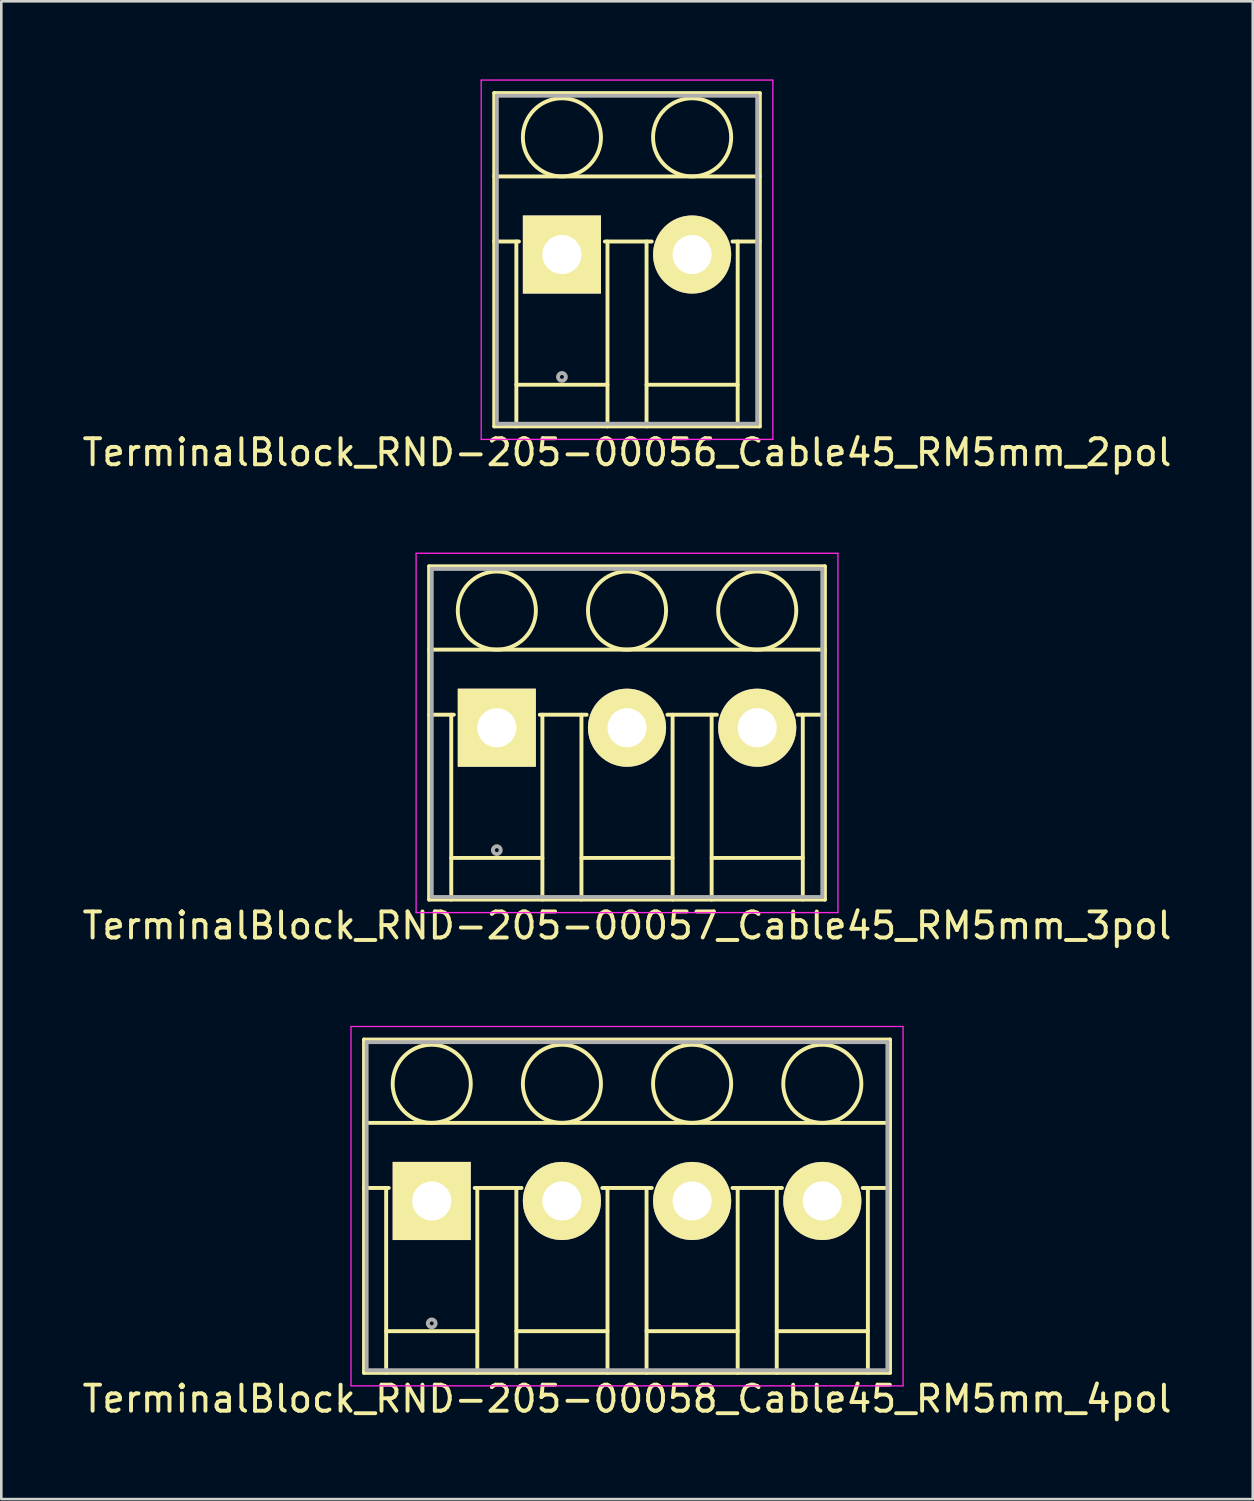
<source format=kicad_pcb>
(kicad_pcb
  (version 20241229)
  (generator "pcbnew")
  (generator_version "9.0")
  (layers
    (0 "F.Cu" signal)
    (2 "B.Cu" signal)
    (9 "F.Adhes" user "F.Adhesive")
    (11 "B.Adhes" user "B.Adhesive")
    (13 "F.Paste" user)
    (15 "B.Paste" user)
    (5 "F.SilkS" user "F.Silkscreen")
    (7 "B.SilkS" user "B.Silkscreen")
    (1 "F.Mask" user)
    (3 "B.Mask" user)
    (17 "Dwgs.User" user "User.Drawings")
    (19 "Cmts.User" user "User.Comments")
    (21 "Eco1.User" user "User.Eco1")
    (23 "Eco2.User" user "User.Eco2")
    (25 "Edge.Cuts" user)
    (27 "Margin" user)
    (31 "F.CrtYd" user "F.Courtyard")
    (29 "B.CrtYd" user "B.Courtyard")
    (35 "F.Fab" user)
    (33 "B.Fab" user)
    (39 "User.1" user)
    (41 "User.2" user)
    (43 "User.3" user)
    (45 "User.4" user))
  (footprint "TerminalBlock_RND-205-00058_Cable45_RM5mm_4pol"
    (layer "F.Cu")
    (at 13.53 43.072)
    (property "Reference" "TerminalBlock_RND-205-00058_Cable45_RM5mm_4pol" (at 7.5 7.6 0) (layer "F.SilkS") (effects (font (size 1 1) (thickness 0.15))))
    (attr through_hole)
    (fp_line (start -2.6 -6.2) (end 17.6 -6.2) (stroke (width 0.15) (type solid)) (layer "F.SilkS"))
    (fp_line (start -2.6 -3) (end 17.6 -3) (stroke (width 0.15) (type solid)) (layer "F.SilkS"))
    (fp_line (start -2.6 -0.5) (end -1.65 -0.5) (stroke (width 0.15) (type solid)) (layer "F.SilkS"))
    (fp_line (start -2.6 6.6) (end -2.6 -6.2) (stroke (width 0.15) (type solid)) (layer "F.SilkS"))
    (fp_line (start -1.75 -0.5) (end -1.75 6.6) (stroke (width 0.15) (type solid)) (layer "F.SilkS"))
    (fp_line (start -1.75 5) (end 1.75 5) (stroke (width 0.15) (type solid)) (layer "F.SilkS"))
    (fp_line (start 1.65 -0.5) (end 3.45 -0.5) (stroke (width 0.15) (type solid)) (layer "F.SilkS"))
    (fp_line (start 1.75 6.6) (end 1.75 -0.5) (stroke (width 0.15) (type solid)) (layer "F.SilkS"))
    (fp_line (start 3.25 -0.5) (end 3.25 6.6) (stroke (width 0.15) (type solid)) (layer "F.SilkS"))
    (fp_line (start 3.25 5) (end 6.75 5) (stroke (width 0.15) (type solid)) (layer "F.SilkS"))
    (fp_line (start 6.55 -0.5) (end 8.45 -0.5) (stroke (width 0.15) (type solid)) (layer "F.SilkS"))
    (fp_line (start 6.75 6.6) (end 6.75 -0.5) (stroke (width 0.15) (type solid)) (layer "F.SilkS"))
    (fp_line (start 8.25 -0.5) (end 8.25 6.6) (stroke (width 0.15) (type solid)) (layer "F.SilkS"))
    (fp_line (start 8.25 5) (end 11.75 5) (stroke (width 0.15) (type solid)) (layer "F.SilkS"))
    (fp_line (start 11.55 -0.5) (end 13.45 -0.5) (stroke (width 0.15) (type solid)) (layer "F.SilkS"))
    (fp_line (start 11.75 6.6) (end 11.75 -0.5) (stroke (width 0.15) (type solid)) (layer "F.SilkS"))
    (fp_line (start 13.25 -0.5) (end 13.25 6.6) (stroke (width 0.15) (type solid)) (layer "F.SilkS"))
    (fp_line (start 13.25 5) (end 16.75 5) (stroke (width 0.15) (type solid)) (layer "F.SilkS"))
    (fp_line (start 16.55 -0.5) (end 17.6 -0.5) (stroke (width 0.15) (type solid)) (layer "F.SilkS"))
    (fp_line (start 16.75 6.6) (end 16.75 -0.5) (stroke (width 0.15) (type solid)) (layer "F.SilkS"))
    (fp_line (start 17.6 -6.2) (end 17.6 6.6) (stroke (width 0.15) (type solid)) (layer "F.SilkS"))
    (fp_line (start 17.6 6.6) (end -2.6 6.6) (stroke (width 0.15) (type solid)) (layer "F.SilkS"))
    (fp_circle (center 0 -4.5) (end -1.5 -4.5) (stroke (width 0.15) (type solid)) (fill no) (layer "F.SilkS"))
    (fp_circle (center 5 -4.5) (end 3.5 -4.5) (stroke (width 0.15) (type solid)) (fill no) (layer "F.SilkS"))
    (fp_circle (center 10 -4.5) (end 8.5 -4.5) (stroke (width 0.15) (type solid)) (fill no) (layer "F.SilkS"))
    (fp_circle (center 15 -4.5) (end 13.5 -4.5) (stroke (width 0.15) (type solid)) (fill no) (layer "F.SilkS"))
    (fp_line (start -3.1 -6.7) (end 18.1 -6.7) (stroke (width 0.05) (type solid)) (layer "F.CrtYd"))
    (fp_line (start -3.1 7.1) (end -3.1 -6.7) (stroke (width 0.05) (type solid)) (layer "F.CrtYd"))
    (fp_line (start 18.1 -6.7) (end 18.1 7.1) (stroke (width 0.05) (type solid)) (layer "F.CrtYd"))
    (fp_line (start 18.1 7.1) (end -3.1 7.1) (stroke (width 0.05) (type solid)) (layer "F.CrtYd"))
    (fp_line (start -2.5 -6.1) (end 17.5 -6.1) (stroke (width 0.15) (type solid)) (layer "F.Fab"))
    (fp_line (start -2.5 6.5) (end -2.5 -6.1) (stroke (width 0.15) (type solid)) (layer "F.Fab"))
    (fp_line (start 17.5 -6.1) (end 17.5 6.5) (stroke (width 0.15) (type solid)) (layer "F.Fab"))
    (fp_line (start 17.5 6.5) (end -2.5 6.5) (stroke (width 0.15) (type solid)) (layer "F.Fab"))
    (fp_circle (center 0 4.7) (end -0.15 4.7) (stroke (width 0.15) (type solid)) (fill no) (layer "F.Fab"))
    (pad "1" thru_hole rect (at 0 0) (size 3 3) (drill 1.5) (layers "*.Cu" "*.Mask" "F.SilkS"))
    (pad "2" thru_hole circle (at 5 0) (size 3 3) (drill 1.5) (layers "*.Cu" "*.Mask" "F.SilkS"))
    (pad "3" thru_hole circle (at 10 0) (size 3 3) (drill 1.5) (layers "*.Cu" "*.Mask" "F.SilkS"))
    (pad "4" thru_hole circle (at 15 0) (size 3 3) (drill 1.5) (layers "*.Cu" "*.Mask" "F.SilkS")))
  (footprint "TerminalBlock_RND-205-00056_Cable45_RM5mm_2pol"
    (layer "F.Cu")
    (at 18.53 6.725)
    (property "Reference" "TerminalBlock_RND-205-00056_Cable45_RM5mm_2pol" (at 2.5 7.6 0) (layer "F.SilkS") (effects (font (size 1 1) (thickness 0.15))))
    (attr through_hole)
    (fp_line (start -2.6 -6.2) (end 7.6 -6.2) (stroke (width 0.15) (type solid)) (layer "F.SilkS"))
    (fp_line (start -2.6 -3) (end 7.6 -3) (stroke (width 0.15) (type solid)) (layer "F.SilkS"))
    (fp_line (start -2.6 -0.5) (end -1.65 -0.5) (stroke (width 0.15) (type solid)) (layer "F.SilkS"))
    (fp_line (start -2.6 6.6) (end -2.6 -6.2) (stroke (width 0.15) (type solid)) (layer "F.SilkS"))
    (fp_line (start -1.75 -0.5) (end -1.75 6.6) (stroke (width 0.15) (type solid)) (layer "F.SilkS"))
    (fp_line (start -1.75 5) (end 1.75 5) (stroke (width 0.15) (type solid)) (layer "F.SilkS"))
    (fp_line (start 1.65 -0.5) (end 3.45 -0.5) (stroke (width 0.15) (type solid)) (layer "F.SilkS"))
    (fp_line (start 1.75 6.6) (end 1.75 -0.5) (stroke (width 0.15) (type solid)) (layer "F.SilkS"))
    (fp_line (start 3.25 -0.5) (end 3.25 6.6) (stroke (width 0.15) (type solid)) (layer "F.SilkS"))
    (fp_line (start 3.25 5) (end 6.75 5) (stroke (width 0.15) (type solid)) (layer "F.SilkS"))
    (fp_line (start 6.55 -0.5) (end 7.6 -0.5) (stroke (width 0.15) (type solid)) (layer "F.SilkS"))
    (fp_line (start 6.75 6.6) (end 6.75 -0.5) (stroke (width 0.15) (type solid)) (layer "F.SilkS"))
    (fp_line (start 7.6 -6.2) (end 7.6 6.6) (stroke (width 0.15) (type solid)) (layer "F.SilkS"))
    (fp_line (start 7.6 6.6) (end -2.6 6.6) (stroke (width 0.15) (type solid)) (layer "F.SilkS"))
    (fp_circle (center 0 -4.5) (end -1.5 -4.5) (stroke (width 0.15) (type solid)) (fill no) (layer "F.SilkS"))
    (fp_circle (center 5 -4.5) (end 3.5 -4.5) (stroke (width 0.15) (type solid)) (fill no) (layer "F.SilkS"))
    (fp_line (start -3.1 -6.7) (end 8.1 -6.7) (stroke (width 0.05) (type solid)) (layer "F.CrtYd"))
    (fp_line (start -3.1 7.1) (end -3.1 -6.7) (stroke (width 0.05) (type solid)) (layer "F.CrtYd"))
    (fp_line (start 8.1 -6.7) (end 8.1 7.1) (stroke (width 0.05) (type solid)) (layer "F.CrtYd"))
    (fp_line (start 8.1 7.1) (end -3.1 7.1) (stroke (width 0.05) (type solid)) (layer "F.CrtYd"))
    (fp_line (start -2.5 -6.1) (end 7.5 -6.1) (stroke (width 0.15) (type solid)) (layer "F.Fab"))
    (fp_line (start -2.5 6.5) (end -2.5 -6.1) (stroke (width 0.15) (type solid)) (layer "F.Fab"))
    (fp_line (start 7.5 -6.1) (end 7.5 6.5) (stroke (width 0.15) (type solid)) (layer "F.Fab"))
    (fp_line (start 7.5 6.5) (end -2.5 6.5) (stroke (width 0.15) (type solid)) (layer "F.Fab"))
    (fp_circle (center 0 4.7) (end -0.15 4.7) (stroke (width 0.15) (type solid)) (fill no) (layer "F.Fab"))
    (pad "1" thru_hole rect (at 0 0) (size 3 3) (drill 1.5) (layers "*.Cu" "*.Mask" "F.SilkS"))
    (pad "2" thru_hole circle (at 5 0) (size 3 3) (drill 1.5) (layers "*.Cu" "*.Mask" "F.SilkS")))
  (footprint "TerminalBlock_RND-205-00057_Cable45_RM5mm_3pol"
    (layer "F.Cu")
    (at 16.03 24.898)
    (property "Reference" "TerminalBlock_RND-205-00057_Cable45_RM5mm_3pol" (at 5 7.6 0) (layer "F.SilkS") (effects (font (size 1 1) (thickness 0.15))))
    (attr through_hole)
    (fp_line (start -2.6 -6.2) (end 12.6 -6.2) (stroke (width 0.15) (type solid)) (layer "F.SilkS"))
    (fp_line (start -2.6 -3) (end 12.6 -3) (stroke (width 0.15) (type solid)) (layer "F.SilkS"))
    (fp_line (start -2.6 -0.5) (end -1.65 -0.5) (stroke (width 0.15) (type solid)) (layer "F.SilkS"))
    (fp_line (start -2.6 6.6) (end -2.6 -6.2) (stroke (width 0.15) (type solid)) (layer "F.SilkS"))
    (fp_line (start -1.75 -0.5) (end -1.75 6.6) (stroke (width 0.15) (type solid)) (layer "F.SilkS"))
    (fp_line (start -1.75 5) (end 1.75 5) (stroke (width 0.15) (type solid)) (layer "F.SilkS"))
    (fp_line (start 1.65 -0.5) (end 3.45 -0.5) (stroke (width 0.15) (type solid)) (layer "F.SilkS"))
    (fp_line (start 1.75 6.6) (end 1.75 -0.5) (stroke (width 0.15) (type solid)) (layer "F.SilkS"))
    (fp_line (start 3.25 -0.5) (end 3.25 6.6) (stroke (width 0.15) (type solid)) (layer "F.SilkS"))
    (fp_line (start 3.25 5) (end 6.75 5) (stroke (width 0.15) (type solid)) (layer "F.SilkS"))
    (fp_line (start 6.55 -0.5) (end 8.45 -0.5) (stroke (width 0.15) (type solid)) (layer "F.SilkS"))
    (fp_line (start 6.75 6.6) (end 6.75 -0.5) (stroke (width 0.15) (type solid)) (layer "F.SilkS"))
    (fp_line (start 8.25 -0.5) (end 8.25 6.6) (stroke (width 0.15) (type solid)) (layer "F.SilkS"))
    (fp_line (start 8.25 5) (end 11.75 5) (stroke (width 0.15) (type solid)) (layer "F.SilkS"))
    (fp_line (start 11.55 -0.5) (end 12.6 -0.5) (stroke (width 0.15) (type solid)) (layer "F.SilkS"))
    (fp_line (start 11.75 6.6) (end 11.75 -0.5) (stroke (width 0.15) (type solid)) (layer "F.SilkS"))
    (fp_line (start 12.6 -6.2) (end 12.6 6.6) (stroke (width 0.15) (type solid)) (layer "F.SilkS"))
    (fp_line (start 12.6 6.6) (end -2.6 6.6) (stroke (width 0.15) (type solid)) (layer "F.SilkS"))
    (fp_circle (center 0 -4.5) (end -1.5 -4.5) (stroke (width 0.15) (type solid)) (fill no) (layer "F.SilkS"))
    (fp_circle (center 5 -4.5) (end 3.5 -4.5) (stroke (width 0.15) (type solid)) (fill no) (layer "F.SilkS"))
    (fp_circle (center 10 -4.5) (end 8.5 -4.5) (stroke (width 0.15) (type solid)) (fill no) (layer "F.SilkS"))
    (fp_line (start -3.1 -6.7) (end 13.1 -6.7) (stroke (width 0.05) (type solid)) (layer "F.CrtYd"))
    (fp_line (start -3.1 7.1) (end -3.1 -6.7) (stroke (width 0.05) (type solid)) (layer "F.CrtYd"))
    (fp_line (start 13.1 -6.7) (end 13.1 7.1) (stroke (width 0.05) (type solid)) (layer "F.CrtYd"))
    (fp_line (start 13.1 7.1) (end -3.1 7.1) (stroke (width 0.05) (type solid)) (layer "F.CrtYd"))
    (fp_line (start -2.5 -6.1) (end 12.5 -6.1) (stroke (width 0.15) (type solid)) (layer "F.Fab"))
    (fp_line (start -2.5 6.5) (end -2.5 -6.1) (stroke (width 0.15) (type solid)) (layer "F.Fab"))
    (fp_line (start 12.5 -6.1) (end 12.5 6.5) (stroke (width 0.15) (type solid)) (layer "F.Fab"))
    (fp_line (start 12.5 6.5) (end -2.5 6.5) (stroke (width 0.15) (type solid)) (layer "F.Fab"))
    (fp_circle (center 0 4.7) (end -0.15 4.7) (stroke (width 0.15) (type solid)) (fill no) (layer "F.Fab"))
    (pad "1" thru_hole rect (at 0 0) (size 3 3) (drill 1.5) (layers "*.Cu" "*.Mask" "F.SilkS"))
    (pad "2" thru_hole circle (at 5 0) (size 3 3) (drill 1.5) (layers "*.Cu" "*.Mask" "F.SilkS"))
    (pad "3" thru_hole circle (at 10 0) (size 3 3) (drill 1.5) (layers "*.Cu" "*.Mask" "F.SilkS")))
  (gr_rect
    (start -3 -3)
    (end 45.06 54.52)
    (stroke (width 0.1) (type default))
    (fill no)
    (layer "Edge.Cuts")))
</source>
